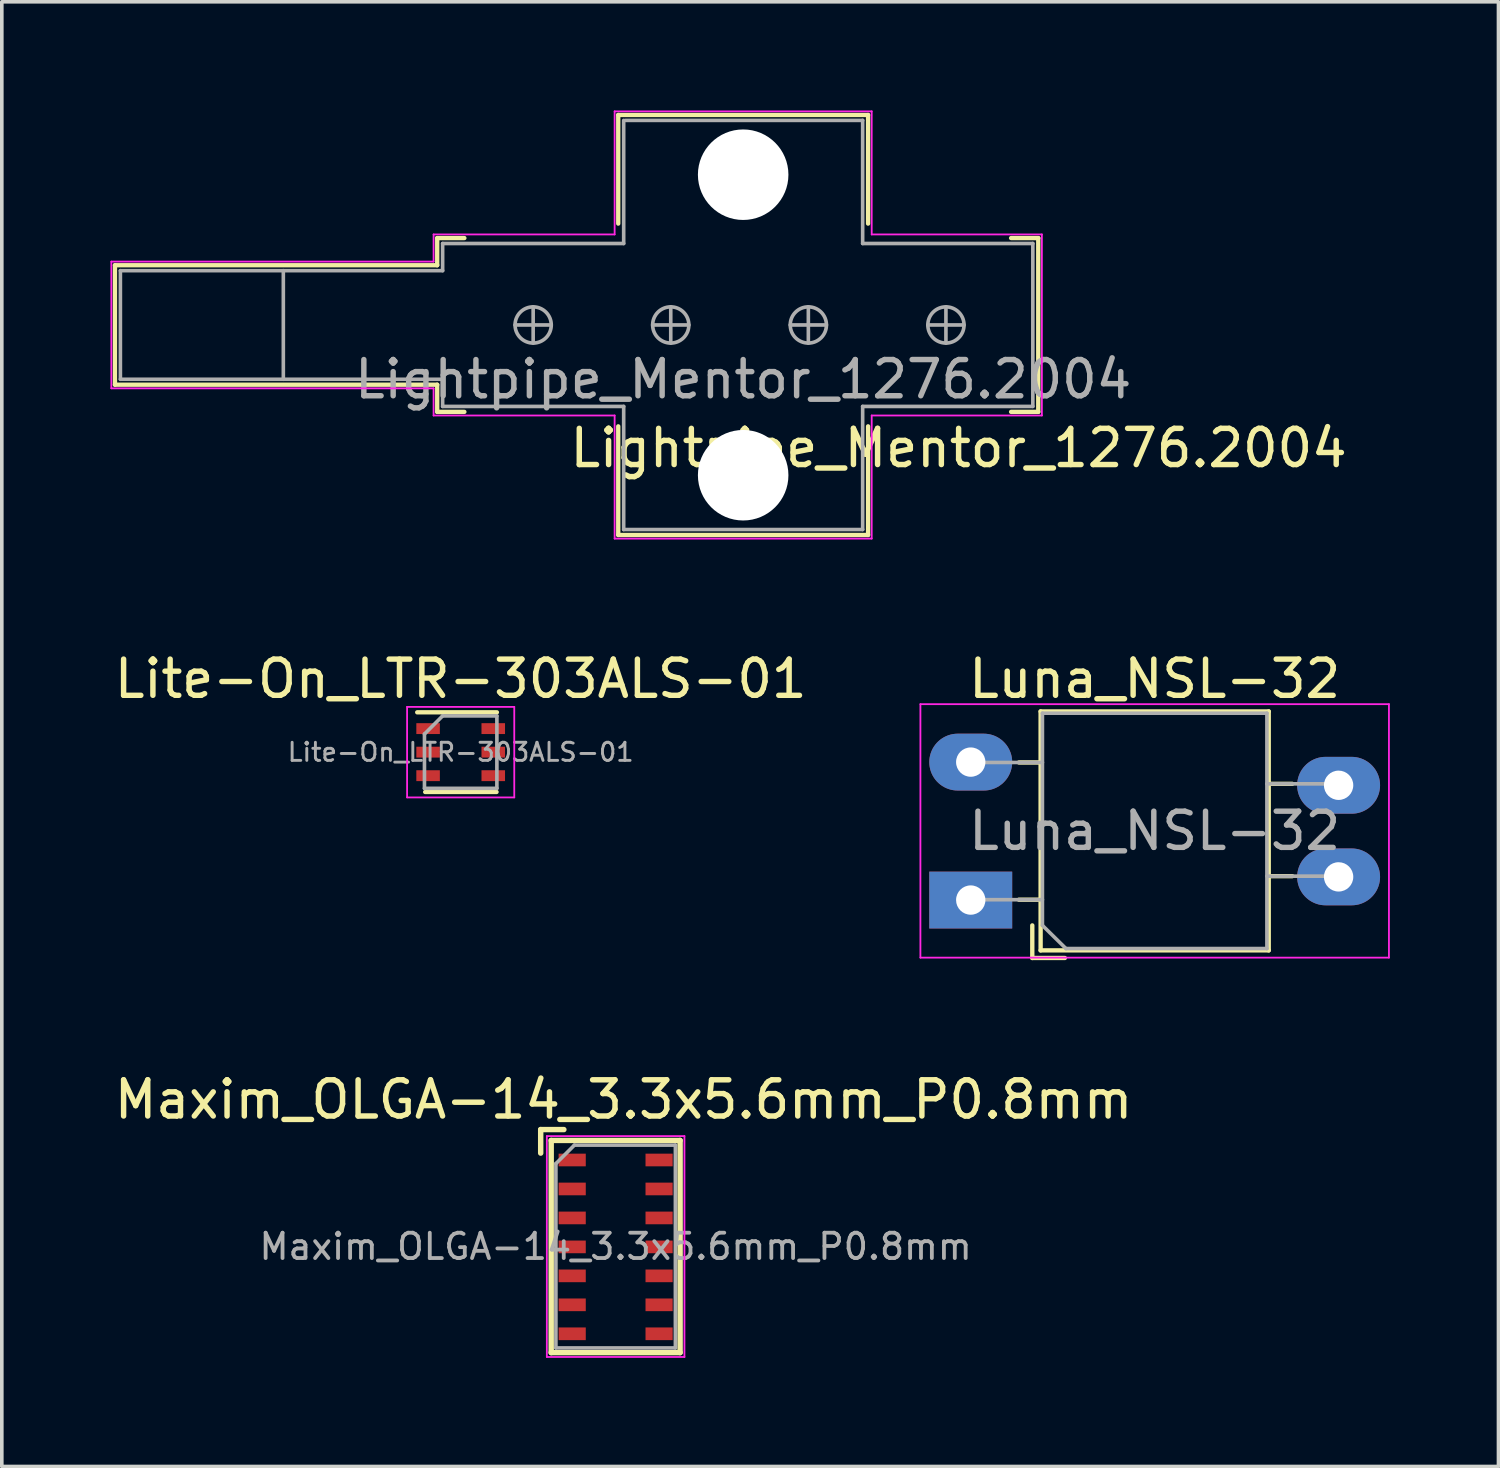
<source format=kicad_pcb>
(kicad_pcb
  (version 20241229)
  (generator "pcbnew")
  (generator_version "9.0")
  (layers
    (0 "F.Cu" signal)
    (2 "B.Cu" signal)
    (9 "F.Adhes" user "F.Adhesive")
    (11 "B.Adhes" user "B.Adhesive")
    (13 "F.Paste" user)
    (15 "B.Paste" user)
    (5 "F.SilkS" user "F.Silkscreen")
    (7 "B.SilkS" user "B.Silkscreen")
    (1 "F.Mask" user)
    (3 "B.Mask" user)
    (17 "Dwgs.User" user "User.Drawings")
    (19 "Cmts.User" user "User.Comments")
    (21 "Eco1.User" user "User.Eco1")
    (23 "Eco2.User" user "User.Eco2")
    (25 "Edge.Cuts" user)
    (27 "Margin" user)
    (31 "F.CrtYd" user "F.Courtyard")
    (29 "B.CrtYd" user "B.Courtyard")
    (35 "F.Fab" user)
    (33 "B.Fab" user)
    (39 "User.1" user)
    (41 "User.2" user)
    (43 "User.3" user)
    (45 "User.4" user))
  (footprint "Lightpipe_Mentor_1276.2004"
    (layer "F.Cu")
    (at 17.475 5.925)
    (property "Reference" "Lightpipe_Mentor_1276.2004" (at 5.95 3.4 0) (layer "F.SilkS") (effects (font (size 1 1) (thickness 0.15))))
    (attr through_hole)
    (fp_line (start -17.35 -1.65) (end -17.35 1.65) (stroke (width 0.12) (type solid)) (layer "F.SilkS"))
    (fp_line (start -17.35 1.65) (end -8.45 1.65) (stroke (width 0.12) (type solid)) (layer "F.SilkS"))
    (fp_line (start -8.45 -2.4) (end -8.45 -1.65) (stroke (width 0.12) (type solid)) (layer "F.SilkS"))
    (fp_line (start -8.45 -2.4) (end -7.7 -2.4) (stroke (width 0.12) (type solid)) (layer "F.SilkS"))
    (fp_line (start -8.45 -1.65) (end -17.35 -1.65) (stroke (width 0.12) (type solid)) (layer "F.SilkS"))
    (fp_line (start -8.45 1.65) (end -8.45 2.4) (stroke (width 0.12) (type solid)) (layer "F.SilkS"))
    (fp_line (start -8.45 2.4) (end -7.7 2.4) (stroke (width 0.12) (type solid)) (layer "F.SilkS"))
    (fp_line (start -3.45 -5.8) (end 3.45 -5.8) (stroke (width 0.12) (type solid)) (layer "F.SilkS"))
    (fp_line (start -3.45 -2.8) (end -3.45 -5.8) (stroke (width 0.12) (type solid)) (layer "F.SilkS"))
    (fp_line (start -3.45 5.8) (end -3.45 2.8) (stroke (width 0.12) (type solid)) (layer "F.SilkS"))
    (fp_line (start 3.45 -5.8) (end 3.45 -2.8) (stroke (width 0.12) (type solid)) (layer "F.SilkS"))
    (fp_line (start 3.45 2.8) (end 3.45 5.8) (stroke (width 0.12) (type solid)) (layer "F.SilkS"))
    (fp_line (start 3.45 5.8) (end -3.45 5.8) (stroke (width 0.12) (type solid)) (layer "F.SilkS"))
    (fp_line (start 8.15 -2.4) (end 7.4 -2.4) (stroke (width 0.12) (type solid)) (layer "F.SilkS"))
    (fp_line (start 8.15 -2.4) (end 8.15 2.4) (stroke (width 0.12) (type solid)) (layer "F.SilkS"))
    (fp_line (start 8.15 2.4) (end 7.4 2.4) (stroke (width 0.12) (type solid)) (layer "F.SilkS"))
    (fp_line (start -17.45 -1.75) (end -8.55 -1.75) (stroke (width 0.05) (type solid)) (layer "F.CrtYd"))
    (fp_line (start -17.45 1.75) (end -17.45 -1.75) (stroke (width 0.05) (type solid)) (layer "F.CrtYd"))
    (fp_line (start -8.55 -1.75) (end -8.55 -2.5) (stroke (width 0.05) (type solid)) (layer "F.CrtYd"))
    (fp_line (start -8.55 1.75) (end -17.45 1.75) (stroke (width 0.05) (type solid)) (layer "F.CrtYd"))
    (fp_line (start -8.55 2.5) (end -8.55 1.75) (stroke (width 0.05) (type solid)) (layer "F.CrtYd"))
    (fp_line (start -8.55 2.5) (end -3.55 2.5) (stroke (width 0.05) (type solid)) (layer "F.CrtYd"))
    (fp_line (start -3.55 -5.9) (end -3.55 -2.5) (stroke (width 0.05) (type solid)) (layer "F.CrtYd"))
    (fp_line (start -3.55 -2.5) (end -8.55 -2.5) (stroke (width 0.05) (type solid)) (layer "F.CrtYd"))
    (fp_line (start -3.55 2.5) (end -3.55 5.9) (stroke (width 0.05) (type solid)) (layer "F.CrtYd"))
    (fp_line (start -3.55 5.9) (end 3.55 5.9) (stroke (width 0.05) (type solid)) (layer "F.CrtYd"))
    (fp_line (start 3.55 -5.9) (end -3.55 -5.9) (stroke (width 0.05) (type solid)) (layer "F.CrtYd"))
    (fp_line (start 3.55 -2.5) (end 3.55 -5.9) (stroke (width 0.05) (type solid)) (layer "F.CrtYd"))
    (fp_line (start 3.55 2.5) (end 8.25 2.5) (stroke (width 0.05) (type solid)) (layer "F.CrtYd"))
    (fp_line (start 3.55 5.9) (end 3.55 2.5) (stroke (width 0.05) (type solid)) (layer "F.CrtYd"))
    (fp_line (start 8.25 -2.5) (end 3.55 -2.5) (stroke (width 0.05) (type solid)) (layer "F.CrtYd"))
    (fp_line (start 8.25 2.5) (end 8.25 -2.5) (stroke (width 0.05) (type solid)) (layer "F.CrtYd"))
    (fp_line (start -17.2 -1.5) (end -17.2 1.5) (stroke (width 0.1) (type solid)) (layer "F.Fab"))
    (fp_line (start -17.2 -1.5) (end -8.3 -1.5) (stroke (width 0.1) (type solid)) (layer "F.Fab"))
    (fp_line (start -17.2 1.5) (end -8.3 1.5) (stroke (width 0.1) (type solid)) (layer "F.Fab"))
    (fp_line (start -12.7 1.5) (end -12.7 -1.5) (stroke (width 0.1) (type solid)) (layer "F.Fab"))
    (fp_line (start -8.3 -2.25) (end -3.3 -2.25) (stroke (width 0.1) (type solid)) (layer "F.Fab"))
    (fp_line (start -8.3 -1.5) (end -8.3 -2.25) (stroke (width 0.1) (type solid)) (layer "F.Fab"))
    (fp_line (start -8.3 1.5) (end -8.3 2.25) (stroke (width 0.1) (type solid)) (layer "F.Fab"))
    (fp_line (start -8.3 2.25) (end -3.3 2.25) (stroke (width 0.1) (type solid)) (layer "F.Fab"))
    (fp_line (start -6.3 0) (end -5.3 0) (stroke (width 0.1) (type solid)) (layer "F.Fab"))
    (fp_line (start -5.8 -0.5) (end -5.8 0.5) (stroke (width 0.1) (type solid)) (layer "F.Fab"))
    (fp_line (start -3.3 -2.25) (end -3.3 -5.65) (stroke (width 0.1) (type solid)) (layer "F.Fab"))
    (fp_line (start -3.3 5.65) (end -3.3 2.25) (stroke (width 0.1) (type solid)) (layer "F.Fab"))
    (fp_line (start -3.25 -5.65) (end 3.3 -5.65) (stroke (width 0.1) (type solid)) (layer "F.Fab"))
    (fp_line (start -2.5 0) (end -1.5 0) (stroke (width 0.1) (type solid)) (layer "F.Fab"))
    (fp_line (start -2 -0.5) (end -2 0.5) (stroke (width 0.1) (type solid)) (layer "F.Fab"))
    (fp_line (start 1.3 0) (end 2.3 0) (stroke (width 0.1) (type solid)) (layer "F.Fab"))
    (fp_line (start 1.8 -0.5) (end 1.8 0.5) (stroke (width 0.1) (type solid)) (layer "F.Fab"))
    (fp_line (start 3.3 -5.65) (end 3.3 -2.25) (stroke (width 0.1) (type solid)) (layer "F.Fab"))
    (fp_line (start 3.3 -2.25) (end 8 -2.25) (stroke (width 0.1) (type solid)) (layer "F.Fab"))
    (fp_line (start 3.3 2.25) (end 3.3 5.65) (stroke (width 0.1) (type solid)) (layer "F.Fab"))
    (fp_line (start 3.3 5.65) (end -3.3 5.65) (stroke (width 0.1) (type solid)) (layer "F.Fab"))
    (fp_line (start 5.1 0) (end 6.1 0) (stroke (width 0.1) (type solid)) (layer "F.Fab"))
    (fp_line (start 5.6 -0.5) (end 5.6 0.5) (stroke (width 0.1) (type solid)) (layer "F.Fab"))
    (fp_line (start 8 -2.25) (end 8 2.25) (stroke (width 0.1) (type solid)) (layer "F.Fab"))
    (fp_line (start 8 2.25) (end 3.3 2.25) (stroke (width 0.1) (type solid)) (layer "F.Fab"))
    (fp_circle (center -5.8 0) (end -5.8 0.5) (stroke (width 0.1) (type solid)) (fill no) (layer "F.Fab"))
    (fp_circle (center -2 0) (end -2 0.5) (stroke (width 0.1) (type solid)) (fill no) (layer "F.Fab"))
    (fp_circle (center 1.8 0) (end 1.8 0.5) (stroke (width 0.1) (type solid)) (fill no) (layer "F.Fab"))
    (fp_circle (center 5.6 0) (end 5.6 0.5) (stroke (width 0.1) (type solid)) (fill no) (layer "F.Fab"))
    (fp_text user "${REFERENCE}" (at 0 1.5 0) (layer "F.Fab") (effects (font (size 1 1) (thickness 0.15))))
    (pad "" np_thru_hole circle (at 0 -4.15) (size 2.5 2.5) (drill 2.5) (layers "*.Cu" "*.Mask"))
    (pad "" np_thru_hole circle (at 0 4.15) (size 2.5 2.5) (drill 2.5) (layers "*.Cu" "*.Mask")))
  (footprint "Lite-On_LTR-303ALS-01"
    (layer "F.Cu")
    (at 9.673 17.723)
    (property "Reference" "Lite-On_LTR-303ALS-01" (at 0 -2.025 0) (layer "F.SilkS") (effects (font (size 1 1) (thickness 0.15))))
    (attr smd)
    (fp_line (start -1.2 -1.1) (end 1 -1.1) (stroke (width 0.12) (type solid)) (layer "F.SilkS"))
    (fp_line (start -0.98 1.1) (end 0.99 1.1) (stroke (width 0.12) (type solid)) (layer "F.SilkS"))
    (fp_line (start -1.48 -1.25) (end -1.48 1.25) (stroke (width 0.05) (type solid)) (layer "F.CrtYd"))
    (fp_line (start -1.48 1.25) (end 1.48 1.25) (stroke (width 0.05) (type solid)) (layer "F.CrtYd"))
    (fp_line (start 1.48 -1.25) (end -1.48 -1.25) (stroke (width 0.05) (type solid)) (layer "F.CrtYd"))
    (fp_line (start 1.48 1.25) (end 1.48 -1.25) (stroke (width 0.05) (type solid)) (layer "F.CrtYd"))
    (fp_line (start -1 -0.5) (end -0.5 -1) (stroke (width 0.1) (type solid)) (layer "F.Fab"))
    (fp_line (start -1 1) (end -1 -0.5) (stroke (width 0.1) (type solid)) (layer "F.Fab"))
    (fp_line (start -0.5 -1) (end 1 -1) (stroke (width 0.1) (type solid)) (layer "F.Fab"))
    (fp_line (start 1 -1) (end 1 1) (stroke (width 0.1) (type solid)) (layer "F.Fab"))
    (fp_line (start 1 1) (end -1 1) (stroke (width 0.1) (type solid)) (layer "F.Fab"))
    (fp_text user "${REFERENCE}" (at 0 0 0) (layer "F.Fab") (effects (font (size 0.5 0.5) (thickness 0.08))))
    (pad "1" smd rect (at -0.9 -0.65) (size 0.65 0.3) (layers "F.Cu" "F.Mask" "F.Paste"))
    (pad "2" smd rect (at -0.9 0) (size 0.65 0.3) (layers "F.Cu" "F.Mask" "F.Paste"))
    (pad "3" smd rect (at -0.9 0.65) (size 0.65 0.3) (layers "F.Cu" "F.Mask" "F.Paste"))
    (pad "4" smd rect (at 0.9 0.65) (size 0.65 0.3) (layers "F.Cu" "F.Mask" "F.Paste"))
    (pad "5" smd rect (at 0.9 0) (size 0.65 0.3) (layers "F.Cu" "F.Mask" "F.Paste"))
    (pad "6" smd rect (at 0.9 -0.65) (size 0.65 0.3) (layers "F.Cu" "F.Mask" "F.Paste")))
  (footprint "Maxim_OLGA-14_3.3x5.6mm_P0.8mm"
    (layer "F.Cu")
    (at 13.953 31.387)
    (property "Reference" "Maxim_OLGA-14_3.3x5.6mm_P0.8mm" (at 0.22 -4.07 0) (layer "F.SilkS") (effects (font (size 1 1) (thickness 0.15))))
    (attr smd)
    (fp_line (start -2.07 -2.59) (end -2.07 -3.24) (stroke (width 0.15) (type solid)) (layer "F.SilkS"))
    (fp_line (start -1.78 -2.94) (end 1.78 -2.94) (stroke (width 0.15) (type solid)) (layer "F.SilkS"))
    (fp_line (start -1.78 2.92) (end -1.78 -2.94) (stroke (width 0.15) (type solid)) (layer "F.SilkS"))
    (fp_line (start -1.43 -3.24) (end -2.07 -3.24) (stroke (width 0.15) (type solid)) (layer "F.SilkS"))
    (fp_line (start 1.78 -2.94) (end 1.78 2.92) (stroke (width 0.15) (type solid)) (layer "F.SilkS"))
    (fp_line (start 1.78 2.92) (end -1.78 2.92) (stroke (width 0.15) (type solid)) (layer "F.SilkS"))
    (fp_line (start -1.9 -3.06) (end -1.9 3.04) (stroke (width 0.05) (type solid)) (layer "F.CrtYd"))
    (fp_line (start -1.9 -3.06) (end 1.9 -3.06) (stroke (width 0.05) (type solid)) (layer "F.CrtYd"))
    (fp_line (start 1.9 3.04) (end -1.9 3.04) (stroke (width 0.05) (type solid)) (layer "F.CrtYd"))
    (fp_line (start 1.9 3.04) (end 1.9 -3.06) (stroke (width 0.05) (type solid)) (layer "F.CrtYd"))
    (fp_line (start -1.65 -2.3) (end -1.14 -2.81) (stroke (width 0.1) (type solid)) (layer "F.Fab"))
    (fp_line (start -1.65 2.79) (end -1.65 -2.3) (stroke (width 0.1) (type solid)) (layer "F.Fab"))
    (fp_line (start -1.65 2.79) (end 1.65 2.79) (stroke (width 0.1) (type solid)) (layer "F.Fab"))
    (fp_line (start -1.14 -2.81) (end 1.65 -2.81) (stroke (width 0.1) (type solid)) (layer "F.Fab"))
    (fp_line (start 1.65 2.79) (end 1.65 -2.81) (stroke (width 0.1) (type solid)) (layer "F.Fab"))
    (fp_text user "${REFERENCE}" (at 0 -0.01 0) (layer "F.Fab") (effects (font (size 0.7 0.7) (thickness 0.105))))
    (pad "1" smd rect (at -1.2 -2.4) (size 0.75 0.35) (layers "F.Cu" "F.Mask" "F.Paste"))
    (pad "2" smd rect (at -1.2 -1.6) (size 0.75 0.35) (layers "F.Cu" "F.Mask" "F.Paste"))
    (pad "3" smd rect (at -1.2 -0.8) (size 0.75 0.35) (layers "F.Cu" "F.Mask" "F.Paste"))
    (pad "4" smd rect (at -1.2 0) (size 0.75 0.35) (layers "F.Cu" "F.Mask" "F.Paste"))
    (pad "5" smd rect (at -1.2 0.8) (size 0.75 0.35) (layers "F.Cu" "F.Mask" "F.Paste"))
    (pad "6" smd rect (at -1.2 1.6) (size 0.75 0.35) (layers "F.Cu" "F.Mask" "F.Paste"))
    (pad "7" smd rect (at -1.2 2.4) (size 0.75 0.35) (layers "F.Cu" "F.Mask" "F.Paste"))
    (pad "8" smd rect (at 1.2 2.4) (size 0.75 0.35) (layers "F.Cu" "F.Mask" "F.Paste"))
    (pad "9" smd rect (at 1.2 1.6) (size 0.75 0.35) (layers "F.Cu" "F.Mask" "F.Paste"))
    (pad "10" smd rect (at 1.2 0.8) (size 0.75 0.35) (layers "F.Cu" "F.Mask" "F.Paste"))
    (pad "11" smd rect (at 1.2 0) (size 0.75 0.35) (layers "F.Cu" "F.Mask" "F.Paste"))
    (pad "12" smd rect (at 1.2 -0.8) (size 0.75 0.35) (layers "F.Cu" "F.Mask" "F.Paste"))
    (pad "13" smd rect (at 1.2 -1.6) (size 0.75 0.35) (layers "F.Cu" "F.Mask" "F.Paste"))
    (pad "14" smd rect (at 1.2 -2.4) (size 0.75 0.35) (layers "F.Cu" "F.Mask" "F.Paste")))
  (footprint "Luna_NSL-32"
    (layer "F.Cu")
    (at 23.76 21.808)
    (property "Reference" "Luna_NSL-32" (at 5.08 -6.11 180) (layer "F.SilkS") (effects (font (size 1 1) (thickness 0.15))))
    (attr through_hole)
    (fp_line (start 1.33 -3.8) (end 1.93 -3.8) (stroke (width 0.12) (type solid)) (layer "F.SilkS"))
    (fp_line (start 1.7 0.7) (end 1.7 1.6) (stroke (width 0.12) (type solid)) (layer "F.SilkS"))
    (fp_line (start 1.7 1.6) (end 2.6 1.6) (stroke (width 0.12) (type solid)) (layer "F.SilkS"))
    (fp_line (start 1.93 -5.21) (end 8.23 -5.21) (stroke (width 0.12) (type solid)) (layer "F.SilkS"))
    (fp_line (start 1.93 -0.01) (end 1.33 -0.01) (stroke (width 0.12) (type solid)) (layer "F.SilkS"))
    (fp_line (start 1.93 1.39) (end 1.93 -5.21) (stroke (width 0.12) (type solid)) (layer "F.SilkS"))
    (fp_line (start 8.23 -5.21) (end 8.23 1.39) (stroke (width 0.12) (type solid)) (layer "F.SilkS"))
    (fp_line (start 8.23 -3.21) (end 8.88 -3.21) (stroke (width 0.12) (type solid)) (layer "F.SilkS"))
    (fp_line (start 8.23 1.39) (end 1.93 1.39) (stroke (width 0.12) (type solid)) (layer "F.SilkS"))
    (fp_line (start 8.88 -0.66) (end 8.23 -0.66) (stroke (width 0.12) (type solid)) (layer "F.SilkS"))
    (fp_line (start -1.39 -5.41) (end -1.39 1.59) (stroke (width 0.05) (type solid)) (layer "F.CrtYd"))
    (fp_line (start -1.39 -5.41) (end 11.55 -5.41) (stroke (width 0.05) (type solid)) (layer "F.CrtYd"))
    (fp_line (start 11.55 1.59) (end -1.39 1.59) (stroke (width 0.05) (type solid)) (layer "F.CrtYd"))
    (fp_line (start 11.55 1.59) (end 11.55 -5.41) (stroke (width 0.05) (type solid)) (layer "F.CrtYd"))
    (fp_line (start -0.02 -0.01) (end 1.98 -0.01) (stroke (width 0.1) (type solid)) (layer "F.Fab"))
    (fp_line (start 0.03 -3.8) (end 1.98 -3.8) (stroke (width 0.1) (type solid)) (layer "F.Fab"))
    (fp_line (start 1.98 -5.16) (end 8.18 -5.16) (stroke (width 0.1) (type solid)) (layer "F.Fab"))
    (fp_line (start 1.98 0.7) (end 1.98 -5.16) (stroke (width 0.1) (type solid)) (layer "F.Fab"))
    (fp_line (start 2.63 1.34) (end 1.98 0.7) (stroke (width 0.1) (type solid)) (layer "F.Fab"))
    (fp_line (start 8.18 -5.16) (end 8.18 1.34) (stroke (width 0.1) (type solid)) (layer "F.Fab"))
    (fp_line (start 8.18 -0.66) (end 10.18 -0.66) (stroke (width 0.1) (type solid)) (layer "F.Fab"))
    (fp_line (start 8.18 1.34) (end 2.63 1.34) (stroke (width 0.1) (type solid)) (layer "F.Fab"))
    (fp_line (start 10.18 -3.21) (end 8.18 -3.21) (stroke (width 0.1) (type solid)) (layer "F.Fab"))
    (fp_text user "${REFERENCE}" (at 5.08 -1.91 0) (layer "F.Fab") (effects (font (size 1 1) (thickness 0.15))))
    (pad "1" thru_hole rect (at 0 0) (size 2.29 1.57) (drill 0.81) (layers "*.Cu" "*.Mask"))
    (pad "2" thru_hole oval (at 0 -3.81) (size 2.29 1.57) (drill 0.81) (layers "*.Cu" "*.Mask"))
    (pad "3" thru_hole oval (at 10.16 -3.17) (size 2.29 1.57) (drill 0.81) (layers "*.Cu" "*.Mask"))
    (pad "4" thru_hole oval (at 10.16 -0.64) (size 2.29 1.57) (drill 0.81) (layers "*.Cu" "*.Mask")))
  (gr_rect
    (start -3 -3)
    (end 38.335 37.452)
    (stroke (width 0.1) (type default))
    (fill no)
    (layer "Edge.Cuts")))
</source>
